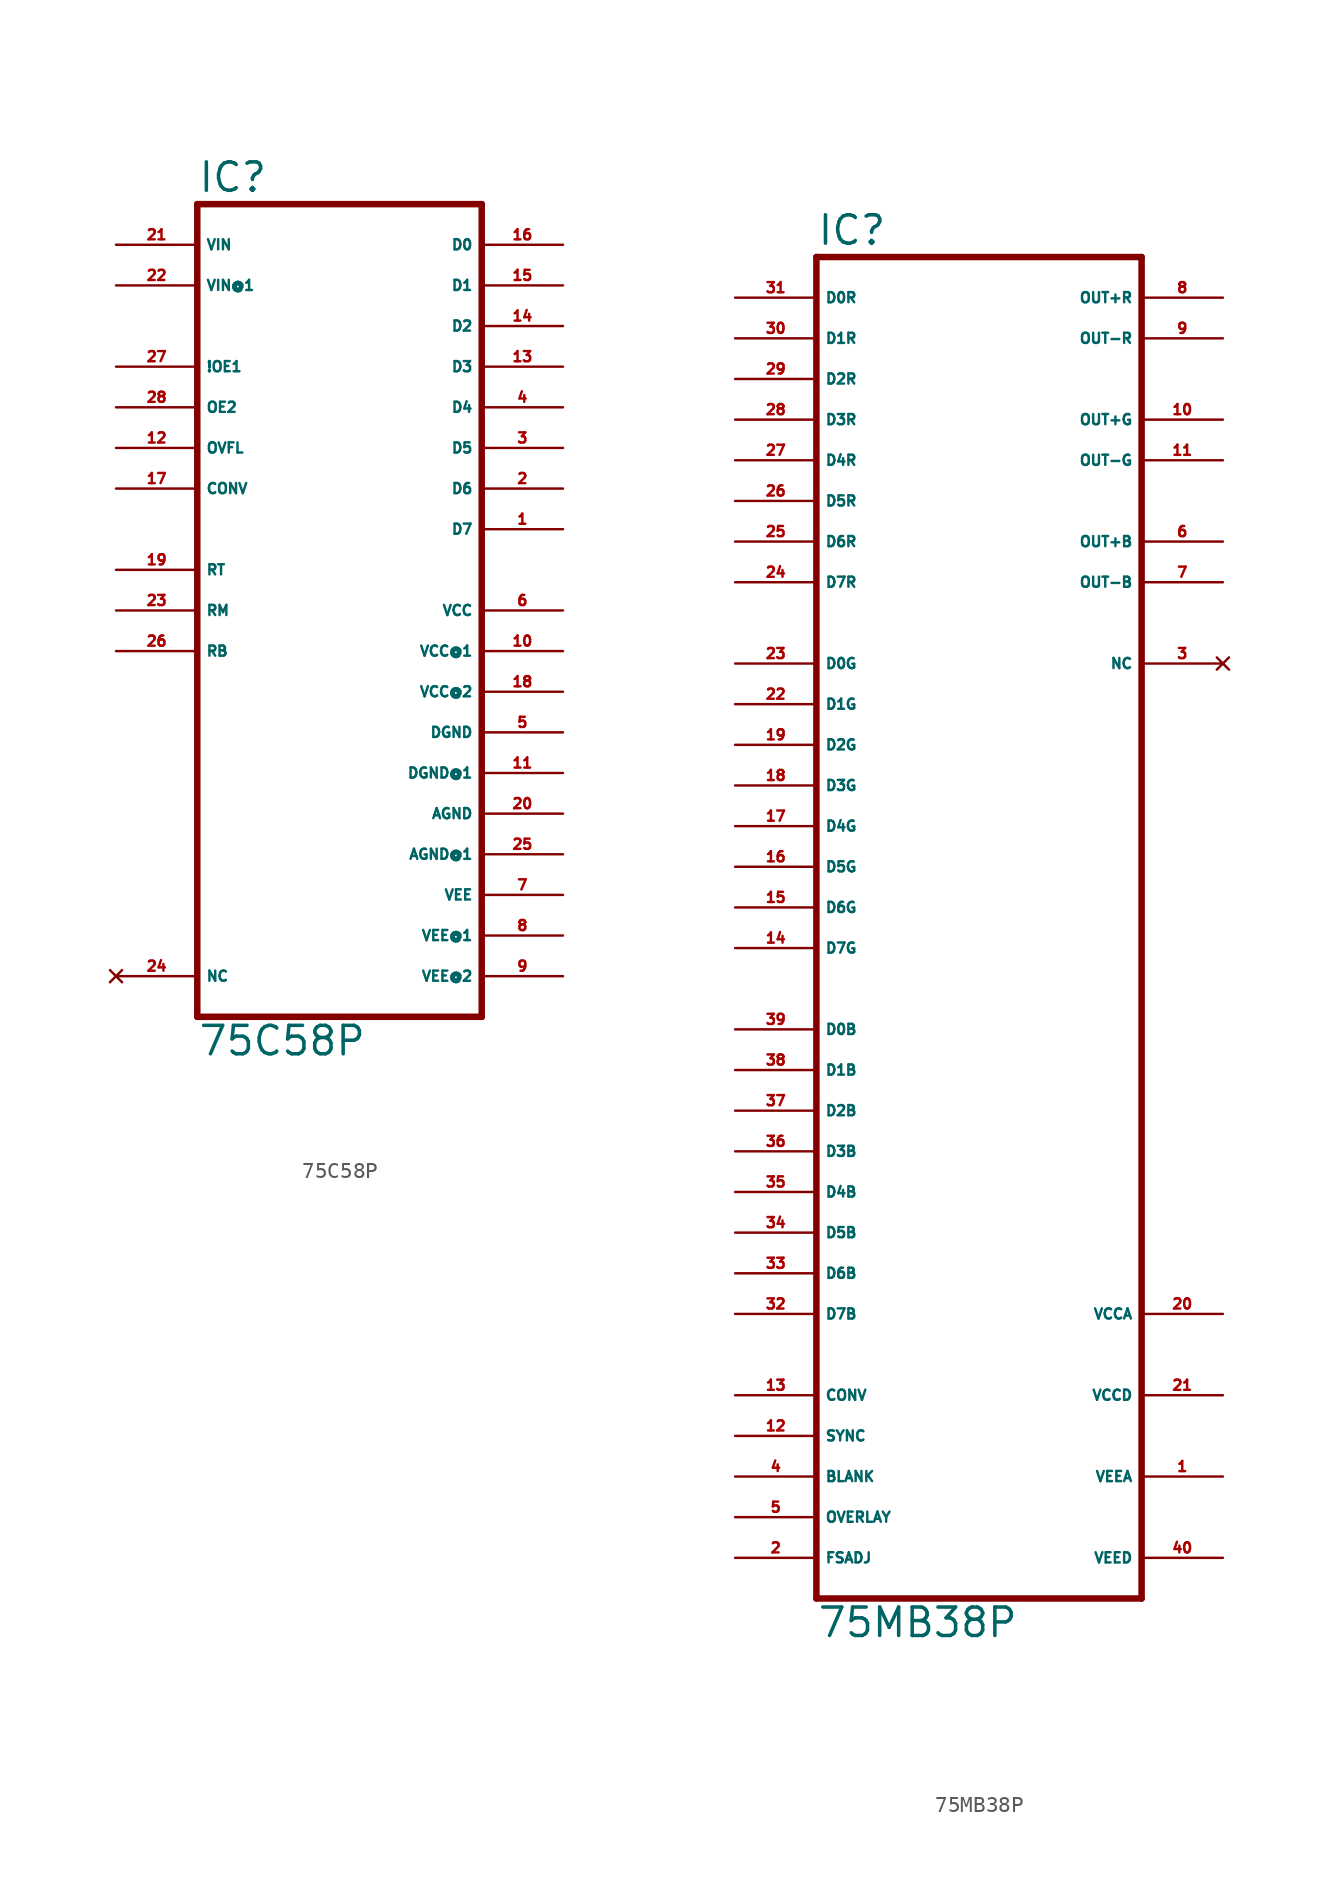
<source format=kicad_sym>
(kicad_symbol_lib
  (version 20220914)
  (generator Eagle2Kicad)
  (symbol "75C58P"
    (property "Reference" "IC"
      (at -7.62 26.035 0)
      (effects (font (size 1.778 1.778) (thickness 0.22)) (justify left bottom)))
    (property "Value" "75C58P"
      (at -7.62 -27.94 0)
      (effects (font (size 1.778 1.778) (thickness 0.22)) (justify left bottom)))
    (polyline
      (pts (xy 10.16 -25.4) (xy -7.62 -25.4))
      (stroke (width 0.406) (type default))
      (fill (type none)))
    (polyline
      (pts (xy -7.62 -25.4) (xy -7.62 25.4))
      (stroke (width 0.406) (type default))
      (fill (type none)))
    (polyline
      (pts (xy -7.62 25.4) (xy 10.16 25.4))
      (stroke (width 0.406) (type default))
      (fill (type none)))
    (polyline
      (pts (xy 10.16 25.4) (xy 10.16 -25.4))
      (stroke (width 0.406) (type default))
      (fill (type none)))
    (pin input line
      (at -12.7 22.86 0)
      (length 5.08)
      (name "VIN" (effects (font (size 0.635 0.635) (thickness 0.08)) (justify left bottom)))
      (number "21" (effects (font (size 0.635 0.635) (thickness 0.08)) (justify left bottom))))
    (pin input line
      (at -12.7 20.32 0)
      (length 5.08)
      (name "VIN@1" (effects (font (size 0.635 0.635) (thickness 0.08)) (justify left bottom)))
      (number "22" (effects (font (size 0.635 0.635) (thickness 0.08)) (justify left bottom))))
    (pin output line
      (at 15.24 22.86 180)
      (length 5.08)
      (name "D0" (effects (font (size 0.635 0.635) (thickness 0.08)) (justify left bottom)))
      (number "16" (effects (font (size 0.635 0.635) (thickness 0.08)) (justify left bottom))))
    (pin input line
      (at -12.7 15.24 0)
      (length 5.08)
      (name "!OE1" (effects (font (size 0.635 0.635) (thickness 0.08)) (justify left bottom)))
      (number "27" (effects (font (size 0.635 0.635) (thickness 0.08)) (justify left bottom))))
    (pin unspecified line
      (at 15.24 -5.08 180)
      (length 5.08)
      (name "VCC@2" (effects (font (size 0.635 0.635) (thickness 0.08)) (justify left bottom)))
      (number "18" (effects (font (size 0.635 0.635) (thickness 0.08)) (justify left bottom))))
    (pin input line
      (at -12.7 12.7 0)
      (length 5.08)
      (name "OE2" (effects (font (size 0.635 0.635) (thickness 0.08)) (justify left bottom)))
      (number "28" (effects (font (size 0.635 0.635) (thickness 0.08)) (justify left bottom))))
    (pin input line
      (at -12.7 10.16 0)
      (length 5.08)
      (name "OVFL" (effects (font (size 0.635 0.635) (thickness 0.08)) (justify left bottom)))
      (number "12" (effects (font (size 0.635 0.635) (thickness 0.08)) (justify left bottom))))
    (pin input line
      (at -12.7 7.62 0)
      (length 5.08)
      (name "CONV" (effects (font (size 0.635 0.635) (thickness 0.08)) (justify left bottom)))
      (number "17" (effects (font (size 0.635 0.635) (thickness 0.08)) (justify left bottom))))
    (pin input line
      (at -12.7 2.54 0)
      (length 5.08)
      (name "RT" (effects (font (size 0.635 0.635) (thickness 0.08)) (justify left bottom)))
      (number "19" (effects (font (size 0.635 0.635) (thickness 0.08)) (justify left bottom))))
    (pin input line
      (at -12.7 0 0)
      (length 5.08)
      (name "RM" (effects (font (size 0.635 0.635) (thickness 0.08)) (justify left bottom)))
      (number "23" (effects (font (size 0.635 0.635) (thickness 0.08)) (justify left bottom))))
    (pin input line
      (at -12.7 -2.54 0)
      (length 5.08)
      (name "RB" (effects (font (size 0.635 0.635) (thickness 0.08)) (justify left bottom)))
      (number "26" (effects (font (size 0.635 0.635) (thickness 0.08)) (justify left bottom))))
    (pin output line
      (at 15.24 20.32 180)
      (length 5.08)
      (name "D1" (effects (font (size 0.635 0.635) (thickness 0.08)) (justify left bottom)))
      (number "15" (effects (font (size 0.635 0.635) (thickness 0.08)) (justify left bottom))))
    (pin output line
      (at 15.24 17.78 180)
      (length 5.08)
      (name "D2" (effects (font (size 0.635 0.635) (thickness 0.08)) (justify left bottom)))
      (number "14" (effects (font (size 0.635 0.635) (thickness 0.08)) (justify left bottom))))
    (pin output line
      (at 15.24 15.24 180)
      (length 5.08)
      (name "D3" (effects (font (size 0.635 0.635) (thickness 0.08)) (justify left bottom)))
      (number "13" (effects (font (size 0.635 0.635) (thickness 0.08)) (justify left bottom))))
    (pin output line
      (at 15.24 12.7 180)
      (length 5.08)
      (name "D4" (effects (font (size 0.635 0.635) (thickness 0.08)) (justify left bottom)))
      (number "4" (effects (font (size 0.635 0.635) (thickness 0.08)) (justify left bottom))))
    (pin output line
      (at 15.24 10.16 180)
      (length 5.08)
      (name "D5" (effects (font (size 0.635 0.635) (thickness 0.08)) (justify left bottom)))
      (number "3" (effects (font (size 0.635 0.635) (thickness 0.08)) (justify left bottom))))
    (pin output line
      (at 15.24 7.62 180)
      (length 5.08)
      (name "D6" (effects (font (size 0.635 0.635) (thickness 0.08)) (justify left bottom)))
      (number "2" (effects (font (size 0.635 0.635) (thickness 0.08)) (justify left bottom))))
    (pin output line
      (at 15.24 5.08 180)
      (length 5.08)
      (name "D7" (effects (font (size 0.635 0.635) (thickness 0.08)) (justify left bottom)))
      (number "1" (effects (font (size 0.635 0.635) (thickness 0.08)) (justify left bottom))))
    (pin no_connect line
      (at -12.7 -22.86 0)
      (length 5.08)
      (name "NC" (effects (font (size 0.635 0.635) (thickness 0.08)) (justify left bottom) hide))
      (number "24" (effects (font (size 0.635 0.635) (thickness 0.08)) (justify left bottom) hide)))
    (pin unspecified line
      (at 15.24 0 180)
      (length 5.08)
      (name "VCC" (effects (font (size 0.635 0.635) (thickness 0.08)) (justify left bottom)))
      (number "6" (effects (font (size 0.635 0.635) (thickness 0.08)) (justify left bottom))))
    (pin unspecified line
      (at 15.24 -7.62 180)
      (length 5.08)
      (name "DGND" (effects (font (size 0.635 0.635) (thickness 0.08)) (justify left bottom)))
      (number "5" (effects (font (size 0.635 0.635) (thickness 0.08)) (justify left bottom))))
    (pin unspecified line
      (at 15.24 -12.7 180)
      (length 5.08)
      (name "AGND" (effects (font (size 0.635 0.635) (thickness 0.08)) (justify left bottom)))
      (number "20" (effects (font (size 0.635 0.635) (thickness 0.08)) (justify left bottom))))
    (pin unspecified line
      (at 15.24 -15.24 180)
      (length 5.08)
      (name "AGND@1" (effects (font (size 0.635 0.635) (thickness 0.08)) (justify left bottom)))
      (number "25" (effects (font (size 0.635 0.635) (thickness 0.08)) (justify left bottom))))
    (pin unspecified line
      (at 15.24 -17.78 180)
      (length 5.08)
      (name "VEE" (effects (font (size 0.635 0.635) (thickness 0.08)) (justify left bottom)))
      (number "7" (effects (font (size 0.635 0.635) (thickness 0.08)) (justify left bottom))))
    (pin unspecified line
      (at 15.24 -20.32 180)
      (length 5.08)
      (name "VEE@1" (effects (font (size 0.635 0.635) (thickness 0.08)) (justify left bottom)))
      (number "8" (effects (font (size 0.635 0.635) (thickness 0.08)) (justify left bottom))))
    (pin unspecified line
      (at 15.24 -22.86 180)
      (length 5.08)
      (name "VEE@2" (effects (font (size 0.635 0.635) (thickness 0.08)) (justify left bottom)))
      (number "9" (effects (font (size 0.635 0.635) (thickness 0.08)) (justify left bottom))))
    (pin unspecified line
      (at 15.24 -2.54 180)
      (length 5.08)
      (name "VCC@1" (effects (font (size 0.635 0.635) (thickness 0.08)) (justify left bottom)))
      (number "10" (effects (font (size 0.635 0.635) (thickness 0.08)) (justify left bottom))))
    (pin unspecified line
      (at 15.24 -10.16 180)
      (length 5.08)
      (name "DGND@1" (effects (font (size 0.635 0.635) (thickness 0.08)) (justify left bottom)))
      (number "11" (effects (font (size 0.635 0.635) (thickness 0.08)) (justify left bottom)))))
  (symbol "75MB38P"
    (property "Reference" "IC"
      (at -7.62 43.815 0)
      (effects (font (size 1.778 1.778) (thickness 0.22)) (justify left bottom)))
    (property "Value" "75MB38P"
      (at -7.62 -43.18 0)
      (effects (font (size 1.778 1.778) (thickness 0.22)) (justify left bottom)))
    (polyline
      (pts (xy -7.62 -40.64) (xy 12.7 -40.64))
      (stroke (width 0.406) (type default))
      (fill (type none)))
    (polyline
      (pts (xy 12.7 -40.64) (xy 12.7 43.18))
      (stroke (width 0.406) (type default))
      (fill (type none)))
    (polyline
      (pts (xy 12.7 43.18) (xy -7.62 43.18))
      (stroke (width 0.406) (type default))
      (fill (type none)))
    (polyline
      (pts (xy -7.62 43.18) (xy -7.62 -40.64))
      (stroke (width 0.406) (type default))
      (fill (type none)))
    (pin input line
      (at -12.7 40.64 0)
      (length 5.08)
      (name "D0R" (effects (font (size 0.635 0.635) (thickness 0.08)) (justify left bottom)))
      (number "31" (effects (font (size 0.635 0.635) (thickness 0.08)) (justify left bottom))))
    (pin input line
      (at -12.7 38.1 0)
      (length 5.08)
      (name "D1R" (effects (font (size 0.635 0.635) (thickness 0.08)) (justify left bottom)))
      (number "30" (effects (font (size 0.635 0.635) (thickness 0.08)) (justify left bottom))))
    (pin input line
      (at -12.7 35.56 0)
      (length 5.08)
      (name "D2R" (effects (font (size 0.635 0.635) (thickness 0.08)) (justify left bottom)))
      (number "29" (effects (font (size 0.635 0.635) (thickness 0.08)) (justify left bottom))))
    (pin input line
      (at -12.7 33.02 0)
      (length 5.08)
      (name "D3R" (effects (font (size 0.635 0.635) (thickness 0.08)) (justify left bottom)))
      (number "28" (effects (font (size 0.635 0.635) (thickness 0.08)) (justify left bottom))))
    (pin input line
      (at -12.7 30.48 0)
      (length 5.08)
      (name "D4R" (effects (font (size 0.635 0.635) (thickness 0.08)) (justify left bottom)))
      (number "27" (effects (font (size 0.635 0.635) (thickness 0.08)) (justify left bottom))))
    (pin input line
      (at -12.7 27.94 0)
      (length 5.08)
      (name "D5R" (effects (font (size 0.635 0.635) (thickness 0.08)) (justify left bottom)))
      (number "26" (effects (font (size 0.635 0.635) (thickness 0.08)) (justify left bottom))))
    (pin input line
      (at -12.7 25.4 0)
      (length 5.08)
      (name "D6R" (effects (font (size 0.635 0.635) (thickness 0.08)) (justify left bottom)))
      (number "25" (effects (font (size 0.635 0.635) (thickness 0.08)) (justify left bottom))))
    (pin input line
      (at -12.7 22.86 0)
      (length 5.08)
      (name "D7R" (effects (font (size 0.635 0.635) (thickness 0.08)) (justify left bottom)))
      (number "24" (effects (font (size 0.635 0.635) (thickness 0.08)) (justify left bottom))))
    (pin input line
      (at -12.7 17.78 0)
      (length 5.08)
      (name "D0G" (effects (font (size 0.635 0.635) (thickness 0.08)) (justify left bottom)))
      (number "23" (effects (font (size 0.635 0.635) (thickness 0.08)) (justify left bottom))))
    (pin input line
      (at -12.7 15.24 0)
      (length 5.08)
      (name "D1G" (effects (font (size 0.635 0.635) (thickness 0.08)) (justify left bottom)))
      (number "22" (effects (font (size 0.635 0.635) (thickness 0.08)) (justify left bottom))))
    (pin input line
      (at -12.7 12.7 0)
      (length 5.08)
      (name "D2G" (effects (font (size 0.635 0.635) (thickness 0.08)) (justify left bottom)))
      (number "19" (effects (font (size 0.635 0.635) (thickness 0.08)) (justify left bottom))))
    (pin input line
      (at -12.7 10.16 0)
      (length 5.08)
      (name "D3G" (effects (font (size 0.635 0.635) (thickness 0.08)) (justify left bottom)))
      (number "18" (effects (font (size 0.635 0.635) (thickness 0.08)) (justify left bottom))))
    (pin input line
      (at -12.7 7.62 0)
      (length 5.08)
      (name "D4G" (effects (font (size 0.635 0.635) (thickness 0.08)) (justify left bottom)))
      (number "17" (effects (font (size 0.635 0.635) (thickness 0.08)) (justify left bottom))))
    (pin input line
      (at -12.7 5.08 0)
      (length 5.08)
      (name "D5G" (effects (font (size 0.635 0.635) (thickness 0.08)) (justify left bottom)))
      (number "16" (effects (font (size 0.635 0.635) (thickness 0.08)) (justify left bottom))))
    (pin input line
      (at -12.7 2.54 0)
      (length 5.08)
      (name "D6G" (effects (font (size 0.635 0.635) (thickness 0.08)) (justify left bottom)))
      (number "15" (effects (font (size 0.635 0.635) (thickness 0.08)) (justify left bottom))))
    (pin input line
      (at -12.7 0 0)
      (length 5.08)
      (name "D7G" (effects (font (size 0.635 0.635) (thickness 0.08)) (justify left bottom)))
      (number "14" (effects (font (size 0.635 0.635) (thickness 0.08)) (justify left bottom))))
    (pin input line
      (at -12.7 -5.08 0)
      (length 5.08)
      (name "D0B" (effects (font (size 0.635 0.635) (thickness 0.08)) (justify left bottom)))
      (number "39" (effects (font (size 0.635 0.635) (thickness 0.08)) (justify left bottom))))
    (pin input line
      (at -12.7 -7.62 0)
      (length 5.08)
      (name "D1B" (effects (font (size 0.635 0.635) (thickness 0.08)) (justify left bottom)))
      (number "38" (effects (font (size 0.635 0.635) (thickness 0.08)) (justify left bottom))))
    (pin input line
      (at -12.7 -10.16 0)
      (length 5.08)
      (name "D2B" (effects (font (size 0.635 0.635) (thickness 0.08)) (justify left bottom)))
      (number "37" (effects (font (size 0.635 0.635) (thickness 0.08)) (justify left bottom))))
    (pin input line
      (at -12.7 -12.7 0)
      (length 5.08)
      (name "D3B" (effects (font (size 0.635 0.635) (thickness 0.08)) (justify left bottom)))
      (number "36" (effects (font (size 0.635 0.635) (thickness 0.08)) (justify left bottom))))
    (pin input line
      (at -12.7 -15.24 0)
      (length 5.08)
      (name "D4B" (effects (font (size 0.635 0.635) (thickness 0.08)) (justify left bottom)))
      (number "35" (effects (font (size 0.635 0.635) (thickness 0.08)) (justify left bottom))))
    (pin input line
      (at -12.7 -17.78 0)
      (length 5.08)
      (name "D5B" (effects (font (size 0.635 0.635) (thickness 0.08)) (justify left bottom)))
      (number "34" (effects (font (size 0.635 0.635) (thickness 0.08)) (justify left bottom))))
    (pin input line
      (at -12.7 -20.32 0)
      (length 5.08)
      (name "D6B" (effects (font (size 0.635 0.635) (thickness 0.08)) (justify left bottom)))
      (number "33" (effects (font (size 0.635 0.635) (thickness 0.08)) (justify left bottom))))
    (pin input line
      (at -12.7 -22.86 0)
      (length 5.08)
      (name "D7B" (effects (font (size 0.635 0.635) (thickness 0.08)) (justify left bottom)))
      (number "32" (effects (font (size 0.635 0.635) (thickness 0.08)) (justify left bottom))))
    (pin input line
      (at -12.7 -27.94 0)
      (length 5.08)
      (name "CONV" (effects (font (size 0.635 0.635) (thickness 0.08)) (justify left bottom)))
      (number "13" (effects (font (size 0.635 0.635) (thickness 0.08)) (justify left bottom))))
    (pin input line
      (at -12.7 -30.48 0)
      (length 5.08)
      (name "SYNC" (effects (font (size 0.635 0.635) (thickness 0.08)) (justify left bottom)))
      (number "12" (effects (font (size 0.635 0.635) (thickness 0.08)) (justify left bottom))))
    (pin input line
      (at -12.7 -33.02 0)
      (length 5.08)
      (name "BLANK" (effects (font (size 0.635 0.635) (thickness 0.08)) (justify left bottom)))
      (number "4" (effects (font (size 0.635 0.635) (thickness 0.08)) (justify left bottom))))
    (pin input line
      (at -12.7 -35.56 0)
      (length 5.08)
      (name "OVERLAY" (effects (font (size 0.635 0.635) (thickness 0.08)) (justify left bottom)))
      (number "5" (effects (font (size 0.635 0.635) (thickness 0.08)) (justify left bottom))))
    (pin input line
      (at -12.7 -38.1 0)
      (length 5.08)
      (name "FSADJ" (effects (font (size 0.635 0.635) (thickness 0.08)) (justify left bottom)))
      (number "2" (effects (font (size 0.635 0.635) (thickness 0.08)) (justify left bottom))))
    (pin output line
      (at 17.78 40.64 180)
      (length 5.08)
      (name "OUT+R" (effects (font (size 0.635 0.635) (thickness 0.08)) (justify left bottom)))
      (number "8" (effects (font (size 0.635 0.635) (thickness 0.08)) (justify left bottom))))
    (pin output line
      (at 17.78 38.1 180)
      (length 5.08)
      (name "OUT-R" (effects (font (size 0.635 0.635) (thickness 0.08)) (justify left bottom)))
      (number "9" (effects (font (size 0.635 0.635) (thickness 0.08)) (justify left bottom))))
    (pin output line
      (at 17.78 33.02 180)
      (length 5.08)
      (name "OUT+G" (effects (font (size 0.635 0.635) (thickness 0.08)) (justify left bottom)))
      (number "10" (effects (font (size 0.635 0.635) (thickness 0.08)) (justify left bottom))))
    (pin output line
      (at 17.78 30.48 180)
      (length 5.08)
      (name "OUT-G" (effects (font (size 0.635 0.635) (thickness 0.08)) (justify left bottom)))
      (number "11" (effects (font (size 0.635 0.635) (thickness 0.08)) (justify left bottom))))
    (pin output line
      (at 17.78 25.4 180)
      (length 5.08)
      (name "OUT+B" (effects (font (size 0.635 0.635) (thickness 0.08)) (justify left bottom)))
      (number "6" (effects (font (size 0.635 0.635) (thickness 0.08)) (justify left bottom))))
    (pin output line
      (at 17.78 22.86 180)
      (length 5.08)
      (name "OUT-B" (effects (font (size 0.635 0.635) (thickness 0.08)) (justify left bottom)))
      (number "7" (effects (font (size 0.635 0.635) (thickness 0.08)) (justify left bottom))))
    (pin no_connect line
      (at 17.78 17.78 180)
      (length 5.08)
      (name "NC" (effects (font (size 0.635 0.635) (thickness 0.08)) (justify left bottom) hide))
      (number "3" (effects (font (size 0.635 0.635) (thickness 0.08)) (justify left bottom) hide)))
    (pin unspecified line
      (at 17.78 -38.1 180)
      (length 5.08)
      (name "VEED" (effects (font (size 0.635 0.635) (thickness 0.08)) (justify left bottom)))
      (number "40" (effects (font (size 0.635 0.635) (thickness 0.08)) (justify left bottom))))
    (pin unspecified line
      (at 17.78 -33.02 180)
      (length 5.08)
      (name "VEEA" (effects (font (size 0.635 0.635) (thickness 0.08)) (justify left bottom)))
      (number "1" (effects (font (size 0.635 0.635) (thickness 0.08)) (justify left bottom))))
    (pin unspecified line
      (at 17.78 -27.94 180)
      (length 5.08)
      (name "VCCD" (effects (font (size 0.635 0.635) (thickness 0.08)) (justify left bottom)))
      (number "21" (effects (font (size 0.635 0.635) (thickness 0.08)) (justify left bottom))))
    (pin unspecified line
      (at 17.78 -22.86 180)
      (length 5.08)
      (name "VCCA" (effects (font (size 0.635 0.635) (thickness 0.08)) (justify left bottom)))
      (number "20" (effects (font (size 0.635 0.635) (thickness 0.08)) (justify left bottom))))))
</source>
